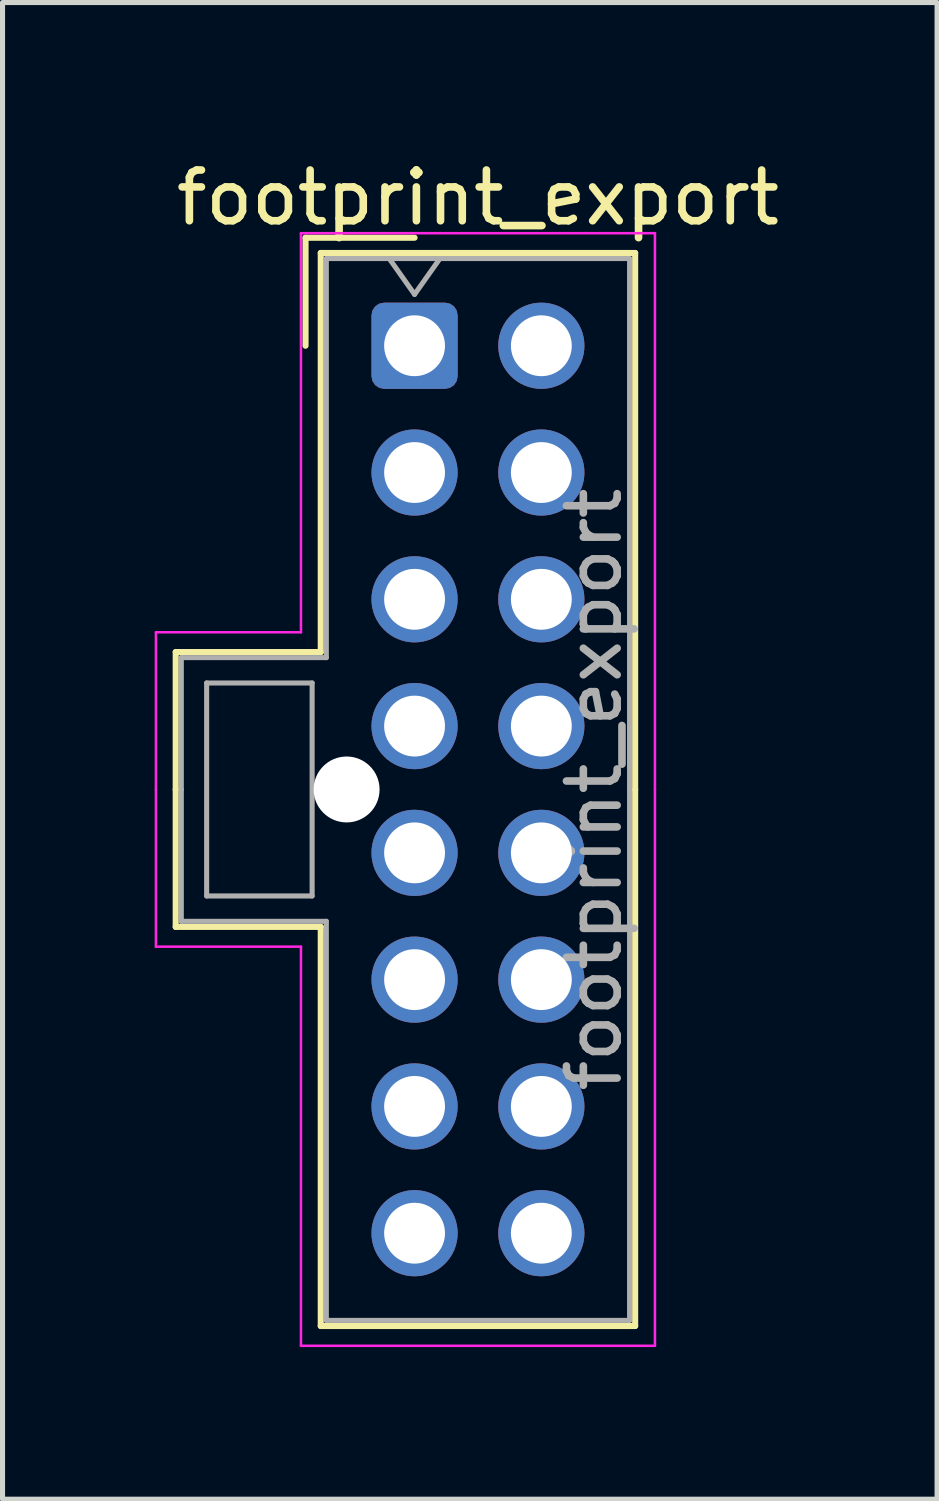
<source format=kicad_pcb>
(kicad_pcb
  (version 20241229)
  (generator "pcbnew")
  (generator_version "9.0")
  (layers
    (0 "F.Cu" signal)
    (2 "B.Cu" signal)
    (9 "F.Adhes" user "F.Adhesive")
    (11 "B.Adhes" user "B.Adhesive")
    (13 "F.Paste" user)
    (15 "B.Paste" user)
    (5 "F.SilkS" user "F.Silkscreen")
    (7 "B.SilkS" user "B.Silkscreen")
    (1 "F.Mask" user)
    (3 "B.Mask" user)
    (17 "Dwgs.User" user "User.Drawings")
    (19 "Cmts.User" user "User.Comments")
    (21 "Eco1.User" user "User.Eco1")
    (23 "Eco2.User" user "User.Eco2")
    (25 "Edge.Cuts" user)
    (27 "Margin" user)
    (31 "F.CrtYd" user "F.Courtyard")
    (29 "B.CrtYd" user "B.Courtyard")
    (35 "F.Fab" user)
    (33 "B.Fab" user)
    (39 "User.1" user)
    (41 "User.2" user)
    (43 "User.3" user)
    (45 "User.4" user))
  (footprint "footprint_export"
    (layer "F.Cu")
    (at 5.125 3.768)
    (property "Reference" "footprint_export" (at 1.25 -2.92 0) (layer "F.SilkS") (effects (font (size 1 1) (thickness 0.15))))
    (attr through_hole)
    (fp_line (start -4.71 6.04) (end -4.71 8.75) (stroke (width 0.12) (type solid)) (layer "F.SilkS"))
    (fp_line (start -4.71 11.46) (end -4.71 8.75) (stroke (width 0.12) (type solid)) (layer "F.SilkS"))
    (fp_line (start -2.15 -2.13) (end -2.15 0) (stroke (width 0.12) (type solid)) (layer "F.SilkS"))
    (fp_line (start -1.85 -1.83) (end -1.85 6.04) (stroke (width 0.12) (type solid)) (layer "F.SilkS"))
    (fp_line (start -1.85 6.04) (end -4.71 6.04) (stroke (width 0.12) (type solid)) (layer "F.SilkS"))
    (fp_line (start -1.85 11.46) (end -4.71 11.46) (stroke (width 0.12) (type solid)) (layer "F.SilkS"))
    (fp_line (start -1.85 19.33) (end -1.85 11.46) (stroke (width 0.12) (type solid)) (layer "F.SilkS"))
    (fp_line (start 0 -2.13) (end -2.15 -2.13) (stroke (width 0.12) (type solid)) (layer "F.SilkS"))
    (fp_line (start 4.35 -1.83) (end -1.85 -1.83) (stroke (width 0.12) (type solid)) (layer "F.SilkS"))
    (fp_line (start 4.35 8.75) (end 4.35 -1.83) (stroke (width 0.12) (type solid)) (layer "F.SilkS"))
    (fp_line (start 4.35 8.75) (end 4.35 19.33) (stroke (width 0.12) (type solid)) (layer "F.SilkS"))
    (fp_line (start 4.35 19.33) (end -1.85 19.33) (stroke (width 0.12) (type solid)) (layer "F.SilkS"))
    (fp_line (start -5.1 5.65) (end -5.1 8.75) (stroke (width 0.05) (type solid)) (layer "F.CrtYd"))
    (fp_line (start -5.1 11.85) (end -5.1 8.75) (stroke (width 0.05) (type solid)) (layer "F.CrtYd"))
    (fp_line (start -2.24 -2.22) (end -2.24 5.65) (stroke (width 0.05) (type solid)) (layer "F.CrtYd"))
    (fp_line (start -2.24 5.65) (end -5.1 5.65) (stroke (width 0.05) (type solid)) (layer "F.CrtYd"))
    (fp_line (start -2.24 11.85) (end -5.1 11.85) (stroke (width 0.05) (type solid)) (layer "F.CrtYd"))
    (fp_line (start -2.24 19.72) (end -2.24 11.85) (stroke (width 0.05) (type solid)) (layer "F.CrtYd"))
    (fp_line (start 4.74 -2.22) (end -2.24 -2.22) (stroke (width 0.05) (type solid)) (layer "F.CrtYd"))
    (fp_line (start 4.74 8.75) (end 4.74 -2.22) (stroke (width 0.05) (type solid)) (layer "F.CrtYd"))
    (fp_line (start 4.74 8.75) (end 4.74 19.72) (stroke (width 0.05) (type solid)) (layer "F.CrtYd"))
    (fp_line (start 4.74 19.72) (end -2.24 19.72) (stroke (width 0.05) (type solid)) (layer "F.CrtYd"))
    (fp_line (start -4.6 6.15) (end -4.6 8.75) (stroke (width 0.1) (type solid)) (layer "F.Fab"))
    (fp_line (start -4.6 11.35) (end -4.6 8.75) (stroke (width 0.1) (type solid)) (layer "F.Fab"))
    (fp_line (start -4.1 6.65) (end -4.1 10.85) (stroke (width 0.1) (type solid)) (layer "F.Fab"))
    (fp_line (start -4.1 10.85) (end -2.02 10.85) (stroke (width 0.1) (type solid)) (layer "F.Fab"))
    (fp_line (start -2.02 6.65) (end -4.1 6.65) (stroke (width 0.1) (type solid)) (layer "F.Fab"))
    (fp_line (start -2.02 10.85) (end -2.02 6.65) (stroke (width 0.1) (type solid)) (layer "F.Fab"))
    (fp_line (start -1.74 -1.72) (end -1.74 6.15) (stroke (width 0.1) (type solid)) (layer "F.Fab"))
    (fp_line (start -1.74 6.15) (end -4.6 6.15) (stroke (width 0.1) (type solid)) (layer "F.Fab"))
    (fp_line (start -1.74 11.35) (end -4.6 11.35) (stroke (width 0.1) (type solid)) (layer "F.Fab"))
    (fp_line (start -1.74 19.22) (end -1.74 11.35) (stroke (width 0.1) (type solid)) (layer "F.Fab"))
    (fp_line (start -0.5 -1.72) (end 0 -1.013) (stroke (width 0.1) (type solid)) (layer "F.Fab"))
    (fp_line (start 0 -1.013) (end 0.5 -1.72) (stroke (width 0.1) (type solid)) (layer "F.Fab"))
    (fp_line (start 4.24 -1.72) (end -1.74 -1.72) (stroke (width 0.1) (type solid)) (layer "F.Fab"))
    (fp_line (start 4.24 8.75) (end 4.24 -1.72) (stroke (width 0.1) (type solid)) (layer "F.Fab"))
    (fp_line (start 4.24 8.75) (end 4.24 19.22) (stroke (width 0.1) (type solid)) (layer "F.Fab"))
    (fp_line (start 4.24 19.22) (end -1.74 19.22) (stroke (width 0.1) (type solid)) (layer "F.Fab"))
    (fp_text user "${REFERENCE}" (at 3.54 8.75 90) (layer "F.Fab") (effects (font (size 1 1) (thickness 0.15))))
    (pad "" np_thru_hole circle (at -1.34 8.75) (size 1.3 1.3) (drill 1.3) (layers "*.Cu" "*.Mask"))
    (pad "1" thru_hole roundrect (at 0 0) (size 1.7 1.7) (drill 1.2) (layers "*.Cu" "*.Mask") (roundrect_rratio 0.147))
    (pad "2" thru_hole circle (at 0 2.5) (size 1.7 1.7) (drill 1.2) (layers "*.Cu" "*.Mask"))
    (pad "3" thru_hole circle (at 0 5) (size 1.7 1.7) (drill 1.2) (layers "*.Cu" "*.Mask"))
    (pad "4" thru_hole circle (at 0 7.5) (size 1.7 1.7) (drill 1.2) (layers "*.Cu" "*.Mask"))
    (pad "5" thru_hole circle (at 0 10) (size 1.7 1.7) (drill 1.2) (layers "*.Cu" "*.Mask"))
    (pad "6" thru_hole circle (at 0 12.5) (size 1.7 1.7) (drill 1.2) (layers "*.Cu" "*.Mask"))
    (pad "7" thru_hole circle (at 0 15) (size 1.7 1.7) (drill 1.2) (layers "*.Cu" "*.Mask"))
    (pad "8" thru_hole circle (at 0 17.5) (size 1.7 1.7) (drill 1.2) (layers "*.Cu" "*.Mask"))
    (pad "9" thru_hole circle (at 2.5 0) (size 1.7 1.7) (drill 1.2) (layers "*.Cu" "*.Mask"))
    (pad "10" thru_hole circle (at 2.5 2.5) (size 1.7 1.7) (drill 1.2) (layers "*.Cu" "*.Mask"))
    (pad "11" thru_hole circle (at 2.5 5) (size 1.7 1.7) (drill 1.2) (layers "*.Cu" "*.Mask"))
    (pad "12" thru_hole circle (at 2.5 7.5) (size 1.7 1.7) (drill 1.2) (layers "*.Cu" "*.Mask"))
    (pad "13" thru_hole circle (at 2.5 10) (size 1.7 1.7) (drill 1.2) (layers "*.Cu" "*.Mask"))
    (pad "14" thru_hole circle (at 2.5 12.5) (size 1.7 1.7) (drill 1.2) (layers "*.Cu" "*.Mask"))
    (pad "15" thru_hole circle (at 2.5 15) (size 1.7 1.7) (drill 1.2) (layers "*.Cu" "*.Mask"))
    (pad "16" thru_hole circle (at 2.5 17.5) (size 1.7 1.7) (drill 1.2) (layers "*.Cu" "*.Mask")))
  (gr_rect
    (start -3 -3)
    (end 15.429 26.513)
    (stroke (width 0.1) (type default))
    (fill no)
    (layer "Edge.Cuts")))
</source>
